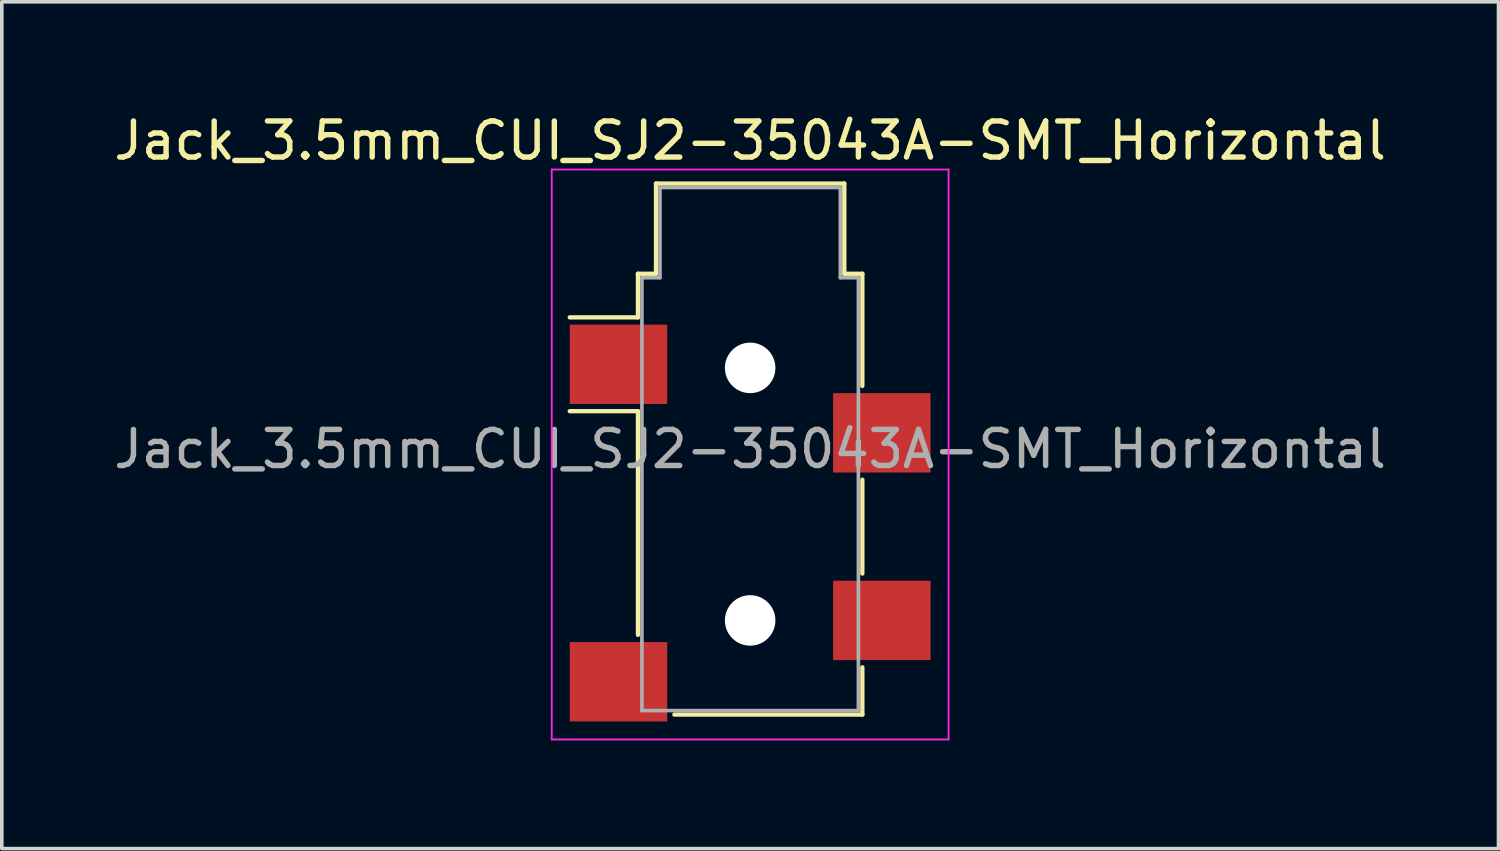
<source format=kicad_pcb>
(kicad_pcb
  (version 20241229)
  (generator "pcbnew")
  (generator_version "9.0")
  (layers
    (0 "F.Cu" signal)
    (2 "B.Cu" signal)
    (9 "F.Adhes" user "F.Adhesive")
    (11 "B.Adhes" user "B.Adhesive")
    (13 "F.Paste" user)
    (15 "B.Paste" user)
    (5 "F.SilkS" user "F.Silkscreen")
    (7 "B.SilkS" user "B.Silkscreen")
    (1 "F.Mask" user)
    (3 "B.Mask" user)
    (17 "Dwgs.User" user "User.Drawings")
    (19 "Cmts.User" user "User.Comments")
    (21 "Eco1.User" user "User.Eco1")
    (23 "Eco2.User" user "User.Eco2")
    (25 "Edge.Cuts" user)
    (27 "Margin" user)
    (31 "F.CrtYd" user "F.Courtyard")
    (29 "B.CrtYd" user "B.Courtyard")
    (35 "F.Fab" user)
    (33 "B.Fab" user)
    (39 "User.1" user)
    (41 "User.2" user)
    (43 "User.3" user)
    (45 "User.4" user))
  (footprint "Jack_3.5mm_CUI_SJ2-35043A-SMT_Horizontal"
    (layer "F.Cu")
    (at 17.744 9.398)
    (property "Reference" "Jack_3.5mm_CUI_SJ2-35043A-SMT_Horizontal" (at 0 -8.55 0) (layer "F.SilkS") (effects (font (size 1 1) (thickness 0.15))))
    (attr smd)
    (fp_line (start -3.11 -4.86) (end -2.61 -4.86) (stroke (width 0.12) (type solid)) (layer "F.SilkS"))
    (fp_line (start -3.11 -3.65) (end -5 -3.65) (stroke (width 0.12) (type solid)) (layer "F.SilkS"))
    (fp_line (start -3.11 -3.65) (end -3.11 -4.86) (stroke (width 0.12) (type solid)) (layer "F.SilkS"))
    (fp_line (start -3.11 -1.05) (end -5 -1.05) (stroke (width 0.12) (type solid)) (layer "F.SilkS"))
    (fp_line (start -3.11 5.15) (end -3.11 -1.05) (stroke (width 0.12) (type solid)) (layer "F.SilkS"))
    (fp_line (start -2.61 -7.36) (end 2.61 -7.36) (stroke (width 0.12) (type solid)) (layer "F.SilkS"))
    (fp_line (start -2.61 -4.86) (end -2.61 -7.36) (stroke (width 0.12) (type solid)) (layer "F.SilkS"))
    (fp_line (start 2.61 -7.36) (end 2.61 -4.86) (stroke (width 0.12) (type solid)) (layer "F.SilkS"))
    (fp_line (start 2.61 -4.86) (end 3.11 -4.86) (stroke (width 0.12) (type solid)) (layer "F.SilkS"))
    (fp_line (start 3.11 -4.86) (end 3.11 -1.75) (stroke (width 0.12) (type solid)) (layer "F.SilkS"))
    (fp_line (start 3.11 0.85) (end 3.11 3.45) (stroke (width 0.12) (type solid)) (layer "F.SilkS"))
    (fp_line (start 3.11 6.05) (end 3.11 7.36) (stroke (width 0.12) (type solid)) (layer "F.SilkS"))
    (fp_line (start 3.11 7.36) (end -2.1 7.36) (stroke (width 0.12) (type solid)) (layer "F.SilkS"))
    (fp_line (start -5.5 -7.75) (end 5.5 -7.75) (stroke (width 0.05) (type solid)) (layer "F.CrtYd"))
    (fp_line (start -5.5 8.05) (end -5.5 -7.75) (stroke (width 0.05) (type solid)) (layer "F.CrtYd"))
    (fp_line (start 5.5 -7.75) (end 5.5 8.05) (stroke (width 0.05) (type solid)) (layer "F.CrtYd"))
    (fp_line (start 5.5 8.05) (end -5.5 8.05) (stroke (width 0.05) (type solid)) (layer "F.CrtYd"))
    (fp_line (start -3 -4.75) (end -2.5 -4.75) (stroke (width 0.1) (type solid)) (layer "F.Fab"))
    (fp_line (start -3 7.25) (end -3 -4.75) (stroke (width 0.1) (type solid)) (layer "F.Fab"))
    (fp_line (start -2.5 -7.25) (end 2.5 -7.25) (stroke (width 0.1) (type solid)) (layer "F.Fab"))
    (fp_line (start -2.5 -4.75) (end -2.5 -7.25) (stroke (width 0.1) (type solid)) (layer "F.Fab"))
    (fp_line (start 2.5 -7.25) (end 2.5 -4.75) (stroke (width 0.1) (type solid)) (layer "F.Fab"))
    (fp_line (start 2.5 -4.75) (end 3 -4.75) (stroke (width 0.1) (type solid)) (layer "F.Fab"))
    (fp_line (start 3 -4.75) (end 3 7.25) (stroke (width 0.1) (type solid)) (layer "F.Fab"))
    (fp_line (start 3 7.25) (end -3 7.25) (stroke (width 0.1) (type solid)) (layer "F.Fab"))
    (fp_text user "${REFERENCE}" (at 0 0 0) (layer "F.Fab") (effects (font (size 1 1) (thickness 0.15))))
    (pad "" np_thru_hole circle (at 0 -2.25 270) (size 1.4 1.4) (drill 1.4) (layers "*.Cu" "*.Mask"))
    (pad "" np_thru_hole circle (at 0 4.75 270) (size 1.4 1.4) (drill 1.4) (layers "*.Cu" "*.Mask"))
    (pad "R" smd rect (at 3.65 -0.45 270) (size 2.2 2.7) (layers "F.Cu" "F.Mask" "F.Paste"))
    (pad "S" smd rect (at -3.65 -2.35 270) (size 2.2 2.7) (layers "F.Cu" "F.Mask" "F.Paste"))
    (pad "T" smd rect (at -3.65 6.45 270) (size 2.2 2.7) (layers "F.Cu" "F.Mask" "F.Paste"))
    (pad "T" smd rect (at 3.65 4.75 270) (size 2.2 2.7) (layers "F.Cu" "F.Mask" "F.Paste")))
  (gr_rect
    (start -3 -3)
    (end 38.488 20.473)
    (stroke (width 0.1) (type default))
    (fill no)
    (layer "Edge.Cuts")))
</source>
